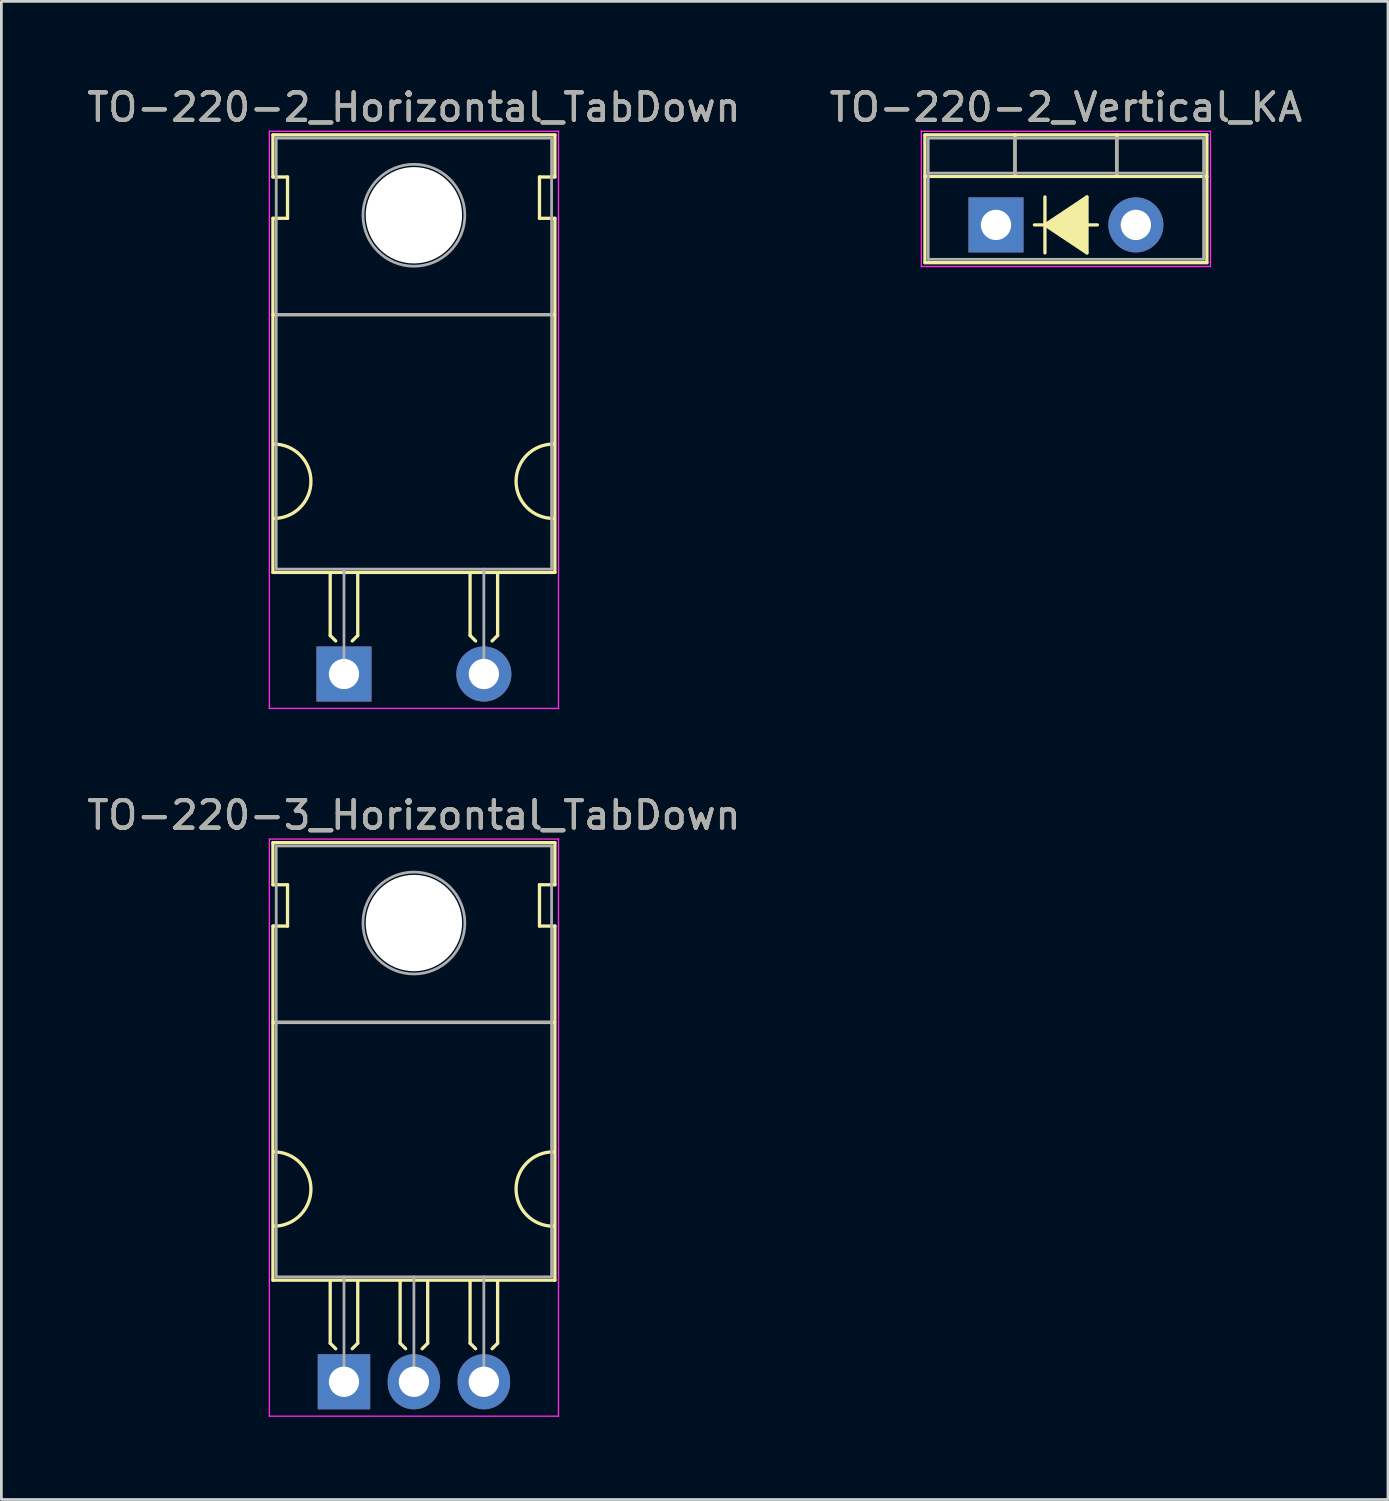
<source format=kicad_pcb>
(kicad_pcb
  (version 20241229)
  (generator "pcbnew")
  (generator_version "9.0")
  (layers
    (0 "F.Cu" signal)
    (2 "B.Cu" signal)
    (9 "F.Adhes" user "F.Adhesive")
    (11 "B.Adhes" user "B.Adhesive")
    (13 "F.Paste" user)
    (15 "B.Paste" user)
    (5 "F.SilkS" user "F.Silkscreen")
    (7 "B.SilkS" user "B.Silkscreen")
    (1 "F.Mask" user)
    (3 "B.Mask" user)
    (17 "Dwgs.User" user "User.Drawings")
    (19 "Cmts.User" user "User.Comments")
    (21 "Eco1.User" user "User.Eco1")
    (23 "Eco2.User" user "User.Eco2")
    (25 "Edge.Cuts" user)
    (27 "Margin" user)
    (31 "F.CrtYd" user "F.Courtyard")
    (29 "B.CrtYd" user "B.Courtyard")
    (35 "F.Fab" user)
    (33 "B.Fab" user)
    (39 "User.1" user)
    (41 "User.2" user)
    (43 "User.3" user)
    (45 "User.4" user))
  (footprint "TO-220-3_Horizontal_TabDown"
    (layer "F.Cu")
    (at 9.442 47.132)
    (property "Reference" "TO-220-3_Horizontal_TabDown" (at 2.54 -20.58 0) (layer "F.SilkS") (effects (font (size 1 1) (thickness 0.15))))
    (attr through_hole)
    (fp_line (start -2.58 -19.58) (end -2.58 -18.05) (stroke (width 0.12) (type solid)) (layer "F.SilkS"))
    (fp_line (start -2.58 -19.58) (end 7.66 -19.58) (stroke (width 0.12) (type solid)) (layer "F.SilkS"))
    (fp_line (start -2.58 -18.05) (end -2.05 -18.05) (stroke (width 0.12) (type solid)) (layer "F.SilkS"))
    (fp_line (start -2.58 -16.55) (end -2.58 -3.69) (stroke (width 0.12) (type solid)) (layer "F.SilkS"))
    (fp_line (start -2.58 -3.69) (end 7.66 -3.69) (stroke (width 0.12) (type solid)) (layer "F.SilkS"))
    (fp_line (start -2.575 -13.05) (end 7.65 -13.05) (stroke (width 0.12) (type solid)) (layer "F.SilkS"))
    (fp_line (start -2.05 -18.05) (end -2.05 -16.55) (stroke (width 0.12) (type solid)) (layer "F.SilkS"))
    (fp_line (start -2.05 -16.55) (end -2.575 -16.55) (stroke (width 0.12) (type solid)) (layer "F.SilkS"))
    (fp_line (start -0.5 -3.65) (end -0.5 -1.4) (stroke (width 0.12) (type solid)) (layer "F.SilkS"))
    (fp_line (start -0.5 -1.4) (end -0.3 -1.2) (stroke (width 0.12) (type solid)) (layer "F.SilkS"))
    (fp_line (start 0.5 -3.65) (end 0.5 -1.4) (stroke (width 0.12) (type solid)) (layer "F.SilkS"))
    (fp_line (start 0.5 -1.4) (end 0.3 -1.2) (stroke (width 0.12) (type solid)) (layer "F.SilkS"))
    (fp_line (start 2.04 -3.65) (end 2.04 -1.4) (stroke (width 0.12) (type solid)) (layer "F.SilkS"))
    (fp_line (start 2.04 -1.4) (end 2.24 -1.2) (stroke (width 0.12) (type solid)) (layer "F.SilkS"))
    (fp_line (start 3.04 -3.65) (end 3.04 -1.4) (stroke (width 0.12) (type solid)) (layer "F.SilkS"))
    (fp_line (start 3.04 -1.4) (end 2.84 -1.2) (stroke (width 0.12) (type solid)) (layer "F.SilkS"))
    (fp_line (start 4.58 -3.65) (end 4.58 -1.4) (stroke (width 0.12) (type solid)) (layer "F.SilkS"))
    (fp_line (start 4.58 -1.4) (end 4.78 -1.2) (stroke (width 0.12) (type solid)) (layer "F.SilkS"))
    (fp_line (start 5.58 -3.65) (end 5.58 -1.4) (stroke (width 0.12) (type solid)) (layer "F.SilkS"))
    (fp_line (start 5.58 -1.4) (end 5.38 -1.2) (stroke (width 0.12) (type solid)) (layer "F.SilkS"))
    (fp_line (start 7.1 -18.05) (end 7.66 -18.05) (stroke (width 0.12) (type solid)) (layer "F.SilkS"))
    (fp_line (start 7.1 -16.55) (end 7.1 -18.05) (stroke (width 0.12) (type solid)) (layer "F.SilkS"))
    (fp_line (start 7.66 -19.58) (end 7.66 -18.05) (stroke (width 0.12) (type solid)) (layer "F.SilkS"))
    (fp_line (start 7.66 -16.55) (end 7.1 -16.55) (stroke (width 0.12) (type solid)) (layer "F.SilkS"))
    (fp_line (start 7.66 -16.55) (end 7.66 -3.69) (stroke (width 0.12) (type solid)) (layer "F.SilkS"))
    (fp_arc (start -2.55 -8.35) (mid -1.2 -7) (end -2.55 -5.65) (stroke (width 0.12) (type solid)) (layer "F.SilkS"))
    (fp_arc (start 7.6 -5.65) (mid 6.25 -7) (end 7.6 -8.35) (stroke (width 0.12) (type solid)) (layer "F.SilkS"))
    (fp_line (start -2.71 -19.71) (end -2.71 1.25) (stroke (width 0.05) (type solid)) (layer "F.CrtYd"))
    (fp_line (start -2.71 1.25) (end 7.79 1.25) (stroke (width 0.05) (type solid)) (layer "F.CrtYd"))
    (fp_line (start 7.79 -19.71) (end -2.71 -19.71) (stroke (width 0.05) (type solid)) (layer "F.CrtYd"))
    (fp_line (start 7.79 1.25) (end 7.79 -19.71) (stroke (width 0.05) (type solid)) (layer "F.CrtYd"))
    (fp_line (start -2.46 -19.46) (end 7.54 -19.46) (stroke (width 0.1) (type solid)) (layer "F.Fab"))
    (fp_line (start -2.46 -13.06) (end -2.46 -19.46) (stroke (width 0.1) (type solid)) (layer "F.Fab"))
    (fp_line (start -2.46 -13.06) (end 7.54 -13.06) (stroke (width 0.1) (type solid)) (layer "F.Fab"))
    (fp_line (start -2.46 -3.81) (end -2.46 -13.06) (stroke (width 0.1) (type solid)) (layer "F.Fab"))
    (fp_line (start 0 -3.81) (end 0 0) (stroke (width 0.1) (type solid)) (layer "F.Fab"))
    (fp_line (start 2.54 -3.81) (end 2.54 0) (stroke (width 0.1) (type solid)) (layer "F.Fab"))
    (fp_line (start 5.08 -3.81) (end 5.08 0) (stroke (width 0.1) (type solid)) (layer "F.Fab"))
    (fp_line (start 7.54 -19.46) (end 7.54 -13.06) (stroke (width 0.1) (type solid)) (layer "F.Fab"))
    (fp_line (start 7.54 -13.06) (end -2.46 -13.06) (stroke (width 0.1) (type solid)) (layer "F.Fab"))
    (fp_line (start 7.54 -13.06) (end 7.54 -3.81) (stroke (width 0.1) (type solid)) (layer "F.Fab"))
    (fp_line (start 7.54 -3.81) (end -2.46 -3.81) (stroke (width 0.1) (type solid)) (layer "F.Fab"))
    (fp_circle (center 2.54 -16.66) (end 4.39 -16.66) (stroke (width 0.1) (type solid)) (fill no) (layer "F.Fab"))
    (fp_text user "${REFERENCE}" (at 2.54 -20.58 0) (layer "F.Fab") (effects (font (size 1 1) (thickness 0.15))))
    (pad "" np_thru_hole oval (at 2.54 -16.66) (size 3.5 3.5) (drill 3.5) (layers "*.Cu" "*.Mask"))
    (pad "1" thru_hole rect (at 0 0) (size 1.905 2) (drill 1.1) (layers "*.Cu" "*.Mask"))
    (pad "2" thru_hole oval (at 2.54 0) (size 1.905 2) (drill 1.1) (layers "*.Cu" "*.Mask"))
    (pad "3" thru_hole oval (at 5.08 0) (size 1.905 2) (drill 1.1) (layers "*.Cu" "*.Mask")))
  (footprint "TO-220-2_Vertical_KA"
    (layer "F.Cu")
    (at 33.121 5.118)
    (property "Reference" "TO-220-2_Vertical_KA" (at 2.54 -4.27 0) (layer "F.SilkS") (effects (font (size 1 1) (thickness 0.15))))
    (attr through_hole)
    (fp_line (start -2.58 -3.27) (end -2.58 1.371) (stroke (width 0.12) (type solid)) (layer "F.SilkS"))
    (fp_line (start -2.58 -3.27) (end 7.66 -3.27) (stroke (width 0.12) (type solid)) (layer "F.SilkS"))
    (fp_line (start -2.58 -1.76) (end 7.66 -1.76) (stroke (width 0.12) (type solid)) (layer "F.SilkS"))
    (fp_line (start -2.58 1.371) (end 7.66 1.371) (stroke (width 0.12) (type solid)) (layer "F.SilkS"))
    (fp_line (start 0.69 -3.27) (end 0.69 -1.76) (stroke (width 0.12) (type solid)) (layer "F.SilkS"))
    (fp_line (start 1.397 0) (end 1.778 0) (stroke (width 0.12) (type solid)) (layer "F.SilkS"))
    (fp_line (start 1.778 0) (end 1.778 -1.016) (stroke (width 0.12) (type solid)) (layer "F.SilkS"))
    (fp_line (start 1.778 0) (end 1.778 1.016) (stroke (width 0.12) (type solid)) (layer "F.SilkS"))
    (fp_line (start 1.778 0) (end 3.302 1.016) (stroke (width 0.12) (type solid)) (layer "F.SilkS"))
    (fp_line (start 3.302 -1.016) (end 1.778 0) (stroke (width 0.12) (type solid)) (layer "F.SilkS"))
    (fp_line (start 3.302 0) (end 3.683 0) (stroke (width 0.12) (type solid)) (layer "F.SilkS"))
    (fp_line (start 3.302 1.016) (end 3.302 -1.016) (stroke (width 0.12) (type solid)) (layer "F.SilkS"))
    (fp_line (start 4.391 -3.27) (end 4.391 -1.76) (stroke (width 0.12) (type solid)) (layer "F.SilkS"))
    (fp_line (start 7.66 -3.27) (end 7.66 1.371) (stroke (width 0.12) (type solid)) (layer "F.SilkS"))
    (fp_poly (pts (xy 3.3 1) (xy 1.8 0) (xy 3.3 -1)) (stroke (width 0.1) (type solid)) (fill yes) (layer "F.SilkS"))
    (fp_line (start -2.71 -3.4) (end -2.71 1.51) (stroke (width 0.05) (type solid)) (layer "F.CrtYd"))
    (fp_line (start -2.71 1.51) (end 7.79 1.51) (stroke (width 0.05) (type solid)) (layer "F.CrtYd"))
    (fp_line (start 7.79 -3.4) (end -2.71 -3.4) (stroke (width 0.05) (type solid)) (layer "F.CrtYd"))
    (fp_line (start 7.79 1.51) (end 7.79 -3.4) (stroke (width 0.05) (type solid)) (layer "F.CrtYd"))
    (fp_line (start -2.46 -3.15) (end -2.46 1.25) (stroke (width 0.1) (type solid)) (layer "F.Fab"))
    (fp_line (start -2.46 -1.88) (end 7.54 -1.88) (stroke (width 0.1) (type solid)) (layer "F.Fab"))
    (fp_line (start -2.46 1.25) (end 7.54 1.25) (stroke (width 0.1) (type solid)) (layer "F.Fab"))
    (fp_line (start 0.69 -3.15) (end 0.69 -1.88) (stroke (width 0.1) (type solid)) (layer "F.Fab"))
    (fp_line (start 4.39 -3.15) (end 4.39 -1.88) (stroke (width 0.1) (type solid)) (layer "F.Fab"))
    (fp_line (start 7.54 -3.15) (end -2.46 -3.15) (stroke (width 0.1) (type solid)) (layer "F.Fab"))
    (fp_line (start 7.54 1.25) (end 7.54 -3.15) (stroke (width 0.1) (type solid)) (layer "F.Fab"))
    (fp_text user "${REFERENCE}" (at 2.54 -4.27 0) (layer "F.Fab") (effects (font (size 1 1) (thickness 0.15))))
    (pad "1" thru_hole rect (at 0 0) (size 2 2) (drill 1.1) (layers "*.Cu" "*.Mask"))
    (pad "2" thru_hole oval (at 5.08 0) (size 2 2) (drill 1.1) (layers "*.Cu" "*.Mask")))
  (footprint "TO-220-2_Horizontal_TabDown"
    (layer "F.Cu")
    (at 9.442 21.428)
    (property "Reference" "TO-220-2_Horizontal_TabDown" (at 2.54 -20.58 0) (layer "F.SilkS") (effects (font (size 1 1) (thickness 0.15))))
    (attr through_hole)
    (fp_line (start -2.58 -19.58) (end -2.58 -18.05) (stroke (width 0.12) (type solid)) (layer "F.SilkS"))
    (fp_line (start -2.58 -19.58) (end 7.66 -19.58) (stroke (width 0.12) (type solid)) (layer "F.SilkS"))
    (fp_line (start -2.58 -18.05) (end -2.05 -18.05) (stroke (width 0.12) (type solid)) (layer "F.SilkS"))
    (fp_line (start -2.58 -16.55) (end -2.58 -3.69) (stroke (width 0.12) (type solid)) (layer "F.SilkS"))
    (fp_line (start -2.58 -3.69) (end 7.66 -3.69) (stroke (width 0.12) (type solid)) (layer "F.SilkS"))
    (fp_line (start -2.575 -13.05) (end 7.65 -13.05) (stroke (width 0.12) (type solid)) (layer "F.SilkS"))
    (fp_line (start -2.05 -18.05) (end -2.05 -16.55) (stroke (width 0.12) (type solid)) (layer "F.SilkS"))
    (fp_line (start -2.05 -16.55) (end -2.575 -16.55) (stroke (width 0.12) (type solid)) (layer "F.SilkS"))
    (fp_line (start -0.5 -3.65) (end -0.5 -1.4) (stroke (width 0.12) (type solid)) (layer "F.SilkS"))
    (fp_line (start -0.5 -1.4) (end -0.3 -1.2) (stroke (width 0.12) (type solid)) (layer "F.SilkS"))
    (fp_line (start 0.5 -3.65) (end 0.5 -1.4) (stroke (width 0.12) (type solid)) (layer "F.SilkS"))
    (fp_line (start 0.5 -1.4) (end 0.3 -1.2) (stroke (width 0.12) (type solid)) (layer "F.SilkS"))
    (fp_line (start 4.58 -3.65) (end 4.58 -1.4) (stroke (width 0.12) (type solid)) (layer "F.SilkS"))
    (fp_line (start 4.58 -1.4) (end 4.78 -1.2) (stroke (width 0.12) (type solid)) (layer "F.SilkS"))
    (fp_line (start 5.58 -3.65) (end 5.58 -1.4) (stroke (width 0.12) (type solid)) (layer "F.SilkS"))
    (fp_line (start 5.58 -1.4) (end 5.38 -1.2) (stroke (width 0.12) (type solid)) (layer "F.SilkS"))
    (fp_line (start 7.1 -18.05) (end 7.66 -18.05) (stroke (width 0.12) (type solid)) (layer "F.SilkS"))
    (fp_line (start 7.1 -16.55) (end 7.1 -18.05) (stroke (width 0.12) (type solid)) (layer "F.SilkS"))
    (fp_line (start 7.66 -19.58) (end 7.66 -18.05) (stroke (width 0.12) (type solid)) (layer "F.SilkS"))
    (fp_line (start 7.66 -16.55) (end 7.1 -16.55) (stroke (width 0.12) (type solid)) (layer "F.SilkS"))
    (fp_line (start 7.66 -16.55) (end 7.66 -3.69) (stroke (width 0.12) (type solid)) (layer "F.SilkS"))
    (fp_arc (start -2.55 -8.35) (mid -1.2 -7) (end -2.55 -5.65) (stroke (width 0.12) (type solid)) (layer "F.SilkS"))
    (fp_arc (start 7.6 -5.65) (mid 6.25 -7) (end 7.6 -8.35) (stroke (width 0.12) (type solid)) (layer "F.SilkS"))
    (fp_line (start -2.71 -19.71) (end -2.71 1.25) (stroke (width 0.05) (type solid)) (layer "F.CrtYd"))
    (fp_line (start -2.71 1.25) (end 7.79 1.25) (stroke (width 0.05) (type solid)) (layer "F.CrtYd"))
    (fp_line (start 7.79 -19.71) (end -2.71 -19.71) (stroke (width 0.05) (type solid)) (layer "F.CrtYd"))
    (fp_line (start 7.79 1.25) (end 7.79 -19.71) (stroke (width 0.05) (type solid)) (layer "F.CrtYd"))
    (fp_line (start -2.46 -19.46) (end 7.54 -19.46) (stroke (width 0.1) (type solid)) (layer "F.Fab"))
    (fp_line (start -2.46 -13.06) (end -2.46 -19.46) (stroke (width 0.1) (type solid)) (layer "F.Fab"))
    (fp_line (start -2.46 -13.06) (end 7.54 -13.06) (stroke (width 0.1) (type solid)) (layer "F.Fab"))
    (fp_line (start -2.46 -3.81) (end -2.46 -13.06) (stroke (width 0.1) (type solid)) (layer "F.Fab"))
    (fp_line (start 0 -3.81) (end 0 0) (stroke (width 0.1) (type solid)) (layer "F.Fab"))
    (fp_line (start 5.08 -3.81) (end 5.08 0) (stroke (width 0.1) (type solid)) (layer "F.Fab"))
    (fp_line (start 7.54 -19.46) (end 7.54 -13.06) (stroke (width 0.1) (type solid)) (layer "F.Fab"))
    (fp_line (start 7.54 -13.06) (end -2.46 -13.06) (stroke (width 0.1) (type solid)) (layer "F.Fab"))
    (fp_line (start 7.54 -13.06) (end 7.54 -3.81) (stroke (width 0.1) (type solid)) (layer "F.Fab"))
    (fp_line (start 7.54 -3.81) (end -2.46 -3.81) (stroke (width 0.1) (type solid)) (layer "F.Fab"))
    (fp_circle (center 2.54 -16.66) (end 4.39 -16.66) (stroke (width 0.1) (type solid)) (fill no) (layer "F.Fab"))
    (fp_text user "${REFERENCE}" (at 2.54 -20.58 0) (layer "F.Fab") (effects (font (size 1 1) (thickness 0.15))))
    (pad "" np_thru_hole oval (at 2.54 -16.66) (size 3.5 3.5) (drill 3.5) (layers "*.Cu" "*.Mask"))
    (pad "1" thru_hole rect (at 0 0) (size 2 2) (drill 1.1) (layers "*.Cu" "*.Mask"))
    (pad "2" thru_hole oval (at 5.08 0) (size 2 2) (drill 1.1) (layers "*.Cu" "*.Mask")))
  (gr_rect
    (start -3 -3)
    (end 47.357 51.407)
    (stroke (width 0.1) (type default))
    (fill no)
    (layer "Edge.Cuts")))
</source>
